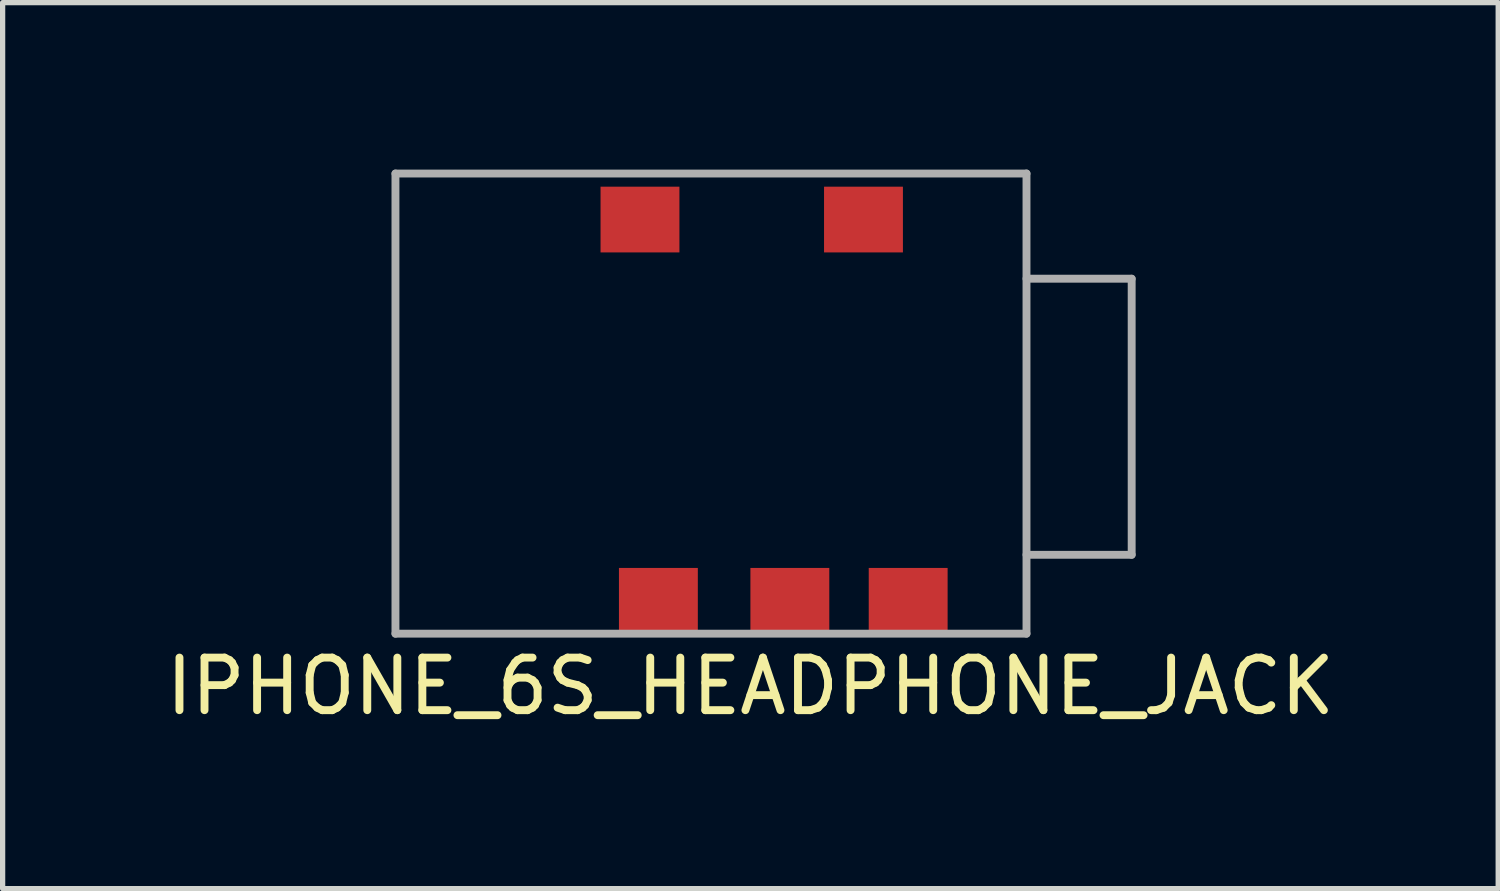
<source format=kicad_pcb>
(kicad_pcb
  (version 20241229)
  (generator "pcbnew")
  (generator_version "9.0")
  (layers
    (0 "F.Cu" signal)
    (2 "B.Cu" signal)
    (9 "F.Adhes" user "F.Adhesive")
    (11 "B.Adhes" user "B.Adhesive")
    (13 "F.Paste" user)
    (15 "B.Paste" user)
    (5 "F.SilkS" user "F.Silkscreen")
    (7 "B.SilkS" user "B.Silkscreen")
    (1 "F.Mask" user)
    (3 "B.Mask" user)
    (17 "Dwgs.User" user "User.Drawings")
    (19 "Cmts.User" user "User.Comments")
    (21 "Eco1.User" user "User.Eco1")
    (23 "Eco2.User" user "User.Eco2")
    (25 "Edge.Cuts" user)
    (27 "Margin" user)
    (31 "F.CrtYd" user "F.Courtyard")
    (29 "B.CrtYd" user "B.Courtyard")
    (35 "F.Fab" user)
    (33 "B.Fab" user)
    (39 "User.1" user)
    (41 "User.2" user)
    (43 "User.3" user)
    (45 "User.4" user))
  (footprint "IPHONE_6S_HEADPHONE_JACK"
    (layer "F.Cu")
    (at 4.47 0.25)
    (property "Reference" "IPHONE_6S_HEADPHONE_JACK" (at 6.75 9.75 180) (layer "F.SilkS") (effects (font (size 1 1) (thickness 0.15))))
    (attr through_hole)
    (fp_line (start 0 0) (end 0 8.75) (stroke (width 0.15) (type solid)) (layer "F.Fab"))
    (fp_line (start 0 8.75) (end 12 8.75) (stroke (width 0.15) (type solid)) (layer "F.Fab"))
    (fp_line (start 12 0) (end 0 0) (stroke (width 0.15) (type solid)) (layer "F.Fab"))
    (fp_line (start 12 2) (end 14 2) (stroke (width 0.15) (type solid)) (layer "F.Fab"))
    (fp_line (start 12 8.75) (end 12 0) (stroke (width 0.15) (type solid)) (layer "F.Fab"))
    (fp_line (start 14 2) (end 14 7.25) (stroke (width 0.15) (type solid)) (layer "F.Fab"))
    (fp_line (start 14 7.25) (end 12 7.25) (stroke (width 0.15) (type solid)) (layer "F.Fab"))
    (pad "1" smd rect (at 9.75 8.125 180) (size 1.5 1.25) (layers "F.Cu" "F.Mask" "F.Paste"))
    (pad "2" smd rect (at 7.5 8.125 180) (size 1.5 1.25) (layers "F.Cu" "F.Mask" "F.Paste"))
    (pad "3" smd rect (at 5 8.125 180) (size 1.5 1.25) (layers "F.Cu" "F.Mask" "F.Paste"))
    (pad "4" smd rect (at 4.65 0.875 180) (size 1.5 1.25) (layers "F.Cu" "F.Mask" "F.Paste"))
    (pad "5" smd rect (at 8.9 0.875 180) (size 1.5 1.25) (layers "F.Cu" "F.Mask" "F.Paste")))
  (gr_rect
    (start -3 -3)
    (end 25.44 13.848)
    (stroke (width 0.1) (type default))
    (fill no)
    (layer "Edge.Cuts")))
</source>
